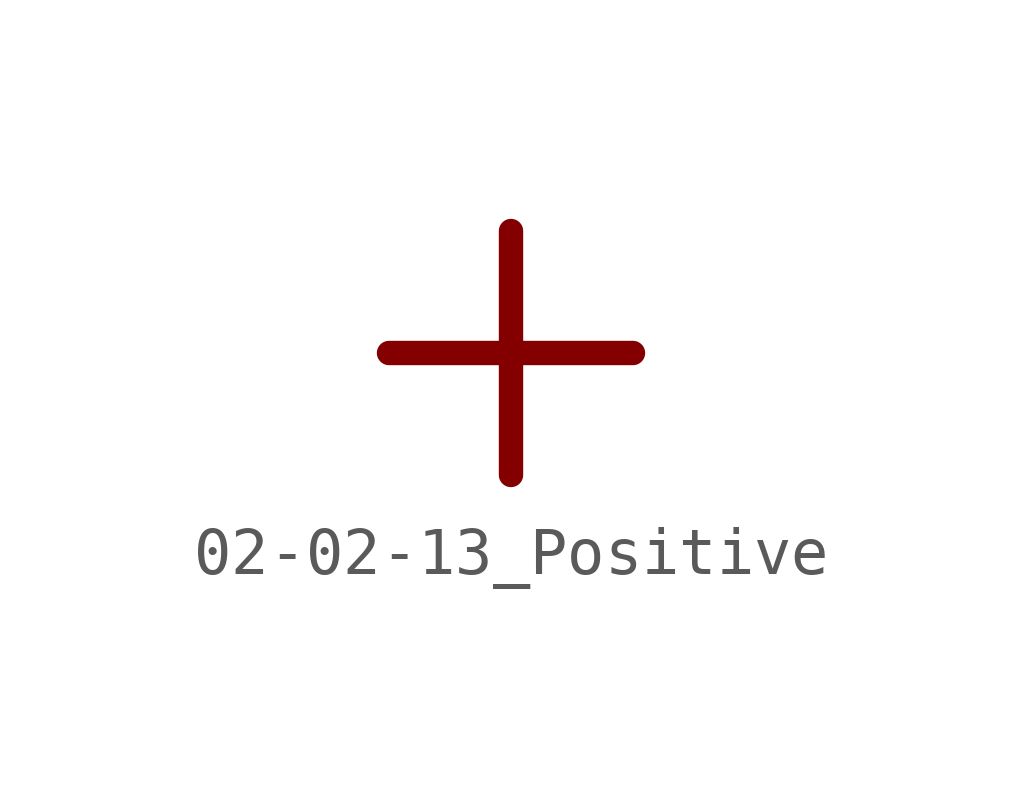
<source format=kicad_sym>
(kicad_symbol_lib
  (version 20200827)
  (generator kicad_symbol_editor)
  (symbol "Symbol_IEC_60617-2:02-02-13_Positive"
    (pin_numbers hide)
    (pin_names
      (offset 0) hide)
    (property "Reference" "#SYM"
      (at 0 7.62 0)
      (effects (font (size 1.27 1.27)) hide))
    (symbol "02-02-13_Positive_0_0"
      (polyline (pts (xy -2.54 0) (xy 2.54 0)) (stroke (width 0.508)) (fill (type none)))
      (polyline (pts (xy 0 -2.54) (xy 0 2.54)) (stroke (width 0.508)) (fill (type none))))))
</source>
